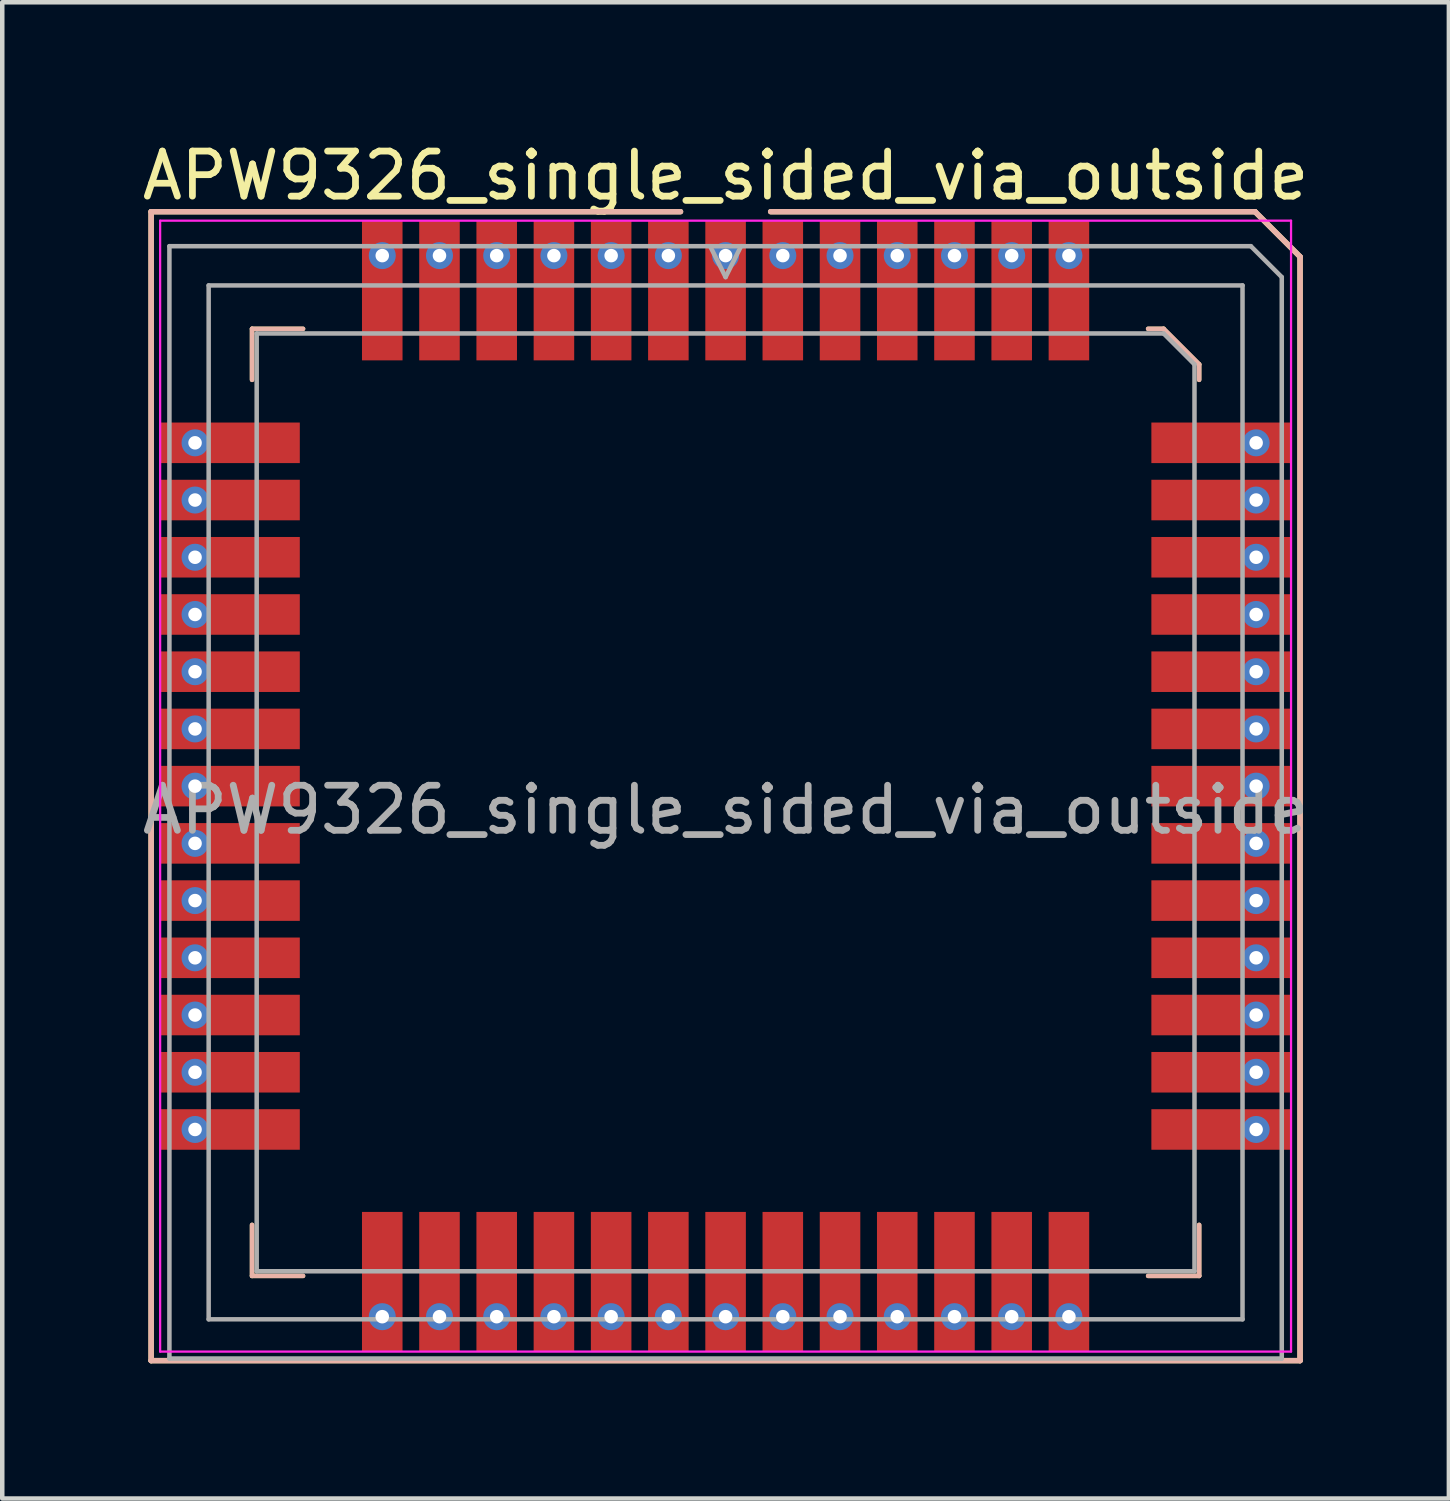
<source format=kicad_pcb>
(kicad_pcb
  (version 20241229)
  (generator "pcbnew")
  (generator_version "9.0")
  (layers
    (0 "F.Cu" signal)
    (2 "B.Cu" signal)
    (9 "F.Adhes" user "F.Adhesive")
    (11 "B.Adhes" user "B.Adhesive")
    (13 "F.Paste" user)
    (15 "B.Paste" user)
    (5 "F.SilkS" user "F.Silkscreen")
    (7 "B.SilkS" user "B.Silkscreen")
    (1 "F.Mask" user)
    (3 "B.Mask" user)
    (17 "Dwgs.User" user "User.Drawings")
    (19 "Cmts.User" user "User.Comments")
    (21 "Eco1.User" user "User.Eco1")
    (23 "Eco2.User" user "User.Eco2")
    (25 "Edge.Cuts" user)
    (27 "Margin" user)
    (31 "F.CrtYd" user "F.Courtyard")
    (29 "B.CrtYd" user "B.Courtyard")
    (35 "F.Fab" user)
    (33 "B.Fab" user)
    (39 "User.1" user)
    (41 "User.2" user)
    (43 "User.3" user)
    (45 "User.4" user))
  (footprint "APW9326_single_sided_via_outside"
    (layer "F.Cu")
    (at 13.054 14.398)
    (property "Reference" "APW9326_single_sided_via_outside" (at 0 -13.55 180) (layer "F.SilkS") (effects (font (size 1 1) (thickness 0.15))))
    (attr smd)
    (fp_line (start -12.75 -12.75) (end -1 -12.75) (stroke (width 0.12) (type solid)) (layer "F.SilkS"))
    (fp_line (start -12.75 12.75) (end -12.75 -12.75) (stroke (width 0.12) (type solid)) (layer "F.SilkS"))
    (fp_line (start -10.51 -10.15) (end -10.51 -9.018) (stroke (width 0.1) (type solid)) (layer "F.SilkS"))
    (fp_line (start -10.51 10.87) (end -10.51 9.738) (stroke (width 0.1) (type solid)) (layer "F.SilkS"))
    (fp_line (start -9.378 -10.15) (end -10.51 -10.15) (stroke (width 0.1) (type solid)) (layer "F.SilkS"))
    (fp_line (start -9.378 10.87) (end -10.51 10.87) (stroke (width 0.1) (type solid)) (layer "F.SilkS"))
    (fp_line (start 1 -12.75) (end 11.75 -12.75) (stroke (width 0.12) (type solid)) (layer "F.SilkS"))
    (fp_line (start 9.378 -10.15) (end 9.721 -10.15) (stroke (width 0.1) (type solid)) (layer "F.SilkS"))
    (fp_line (start 9.378 10.87) (end 10.51 10.87) (stroke (width 0.1) (type solid)) (layer "F.SilkS"))
    (fp_line (start 9.721 -10.15) (end 10.51 -9.361) (stroke (width 0.1) (type solid)) (layer "F.SilkS"))
    (fp_line (start 10.51 -9.361) (end 10.51 -9.018) (stroke (width 0.1) (type solid)) (layer "F.SilkS"))
    (fp_line (start 10.51 10.87) (end 10.51 9.738) (stroke (width 0.1) (type solid)) (layer "F.SilkS"))
    (fp_line (start 11.75 -12.75) (end 12.75 -11.75) (stroke (width 0.12) (type solid)) (layer "F.SilkS"))
    (fp_line (start 12.75 -11.75) (end 12.75 12.75) (stroke (width 0.12) (type solid)) (layer "F.SilkS"))
    (fp_line (start 12.75 12.75) (end -12.75 12.75) (stroke (width 0.12) (type solid)) (layer "F.SilkS"))
    (fp_line (start -12.75 -12.75) (end -1 -12.75) (stroke (width 0.12) (type solid)) (layer "B.SilkS"))
    (fp_line (start -12.75 12.75) (end -12.75 -12.75) (stroke (width 0.12) (type solid)) (layer "B.SilkS"))
    (fp_line (start -10.51 -10.15) (end -10.51 -9.018) (stroke (width 0.1) (type solid)) (layer "B.SilkS"))
    (fp_line (start -10.51 10.87) (end -10.51 9.738) (stroke (width 0.1) (type solid)) (layer "B.SilkS"))
    (fp_line (start -9.378 -10.15) (end -10.51 -10.15) (stroke (width 0.1) (type solid)) (layer "B.SilkS"))
    (fp_line (start -9.378 10.87) (end -10.51 10.87) (stroke (width 0.1) (type solid)) (layer "B.SilkS"))
    (fp_line (start 1 -12.75) (end 11.75 -12.75) (stroke (width 0.12) (type solid)) (layer "B.SilkS"))
    (fp_line (start 9.378 -10.15) (end 9.721 -10.15) (stroke (width 0.1) (type solid)) (layer "B.SilkS"))
    (fp_line (start 9.378 10.87) (end 10.51 10.87) (stroke (width 0.1) (type solid)) (layer "B.SilkS"))
    (fp_line (start 9.721 -10.15) (end 10.51 -9.361) (stroke (width 0.1) (type solid)) (layer "B.SilkS"))
    (fp_line (start 10.51 -9.361) (end 10.51 -9.018) (stroke (width 0.1) (type solid)) (layer "B.SilkS"))
    (fp_line (start 10.51 10.87) (end 10.51 9.738) (stroke (width 0.1) (type solid)) (layer "B.SilkS"))
    (fp_line (start 11.75 -12.75) (end 12.75 -11.75) (stroke (width 0.12) (type solid)) (layer "B.SilkS"))
    (fp_line (start 12.75 -11.75) (end 12.75 12.75) (stroke (width 0.12) (type solid)) (layer "B.SilkS"))
    (fp_line (start 12.75 12.75) (end -12.75 12.75) (stroke (width 0.12) (type solid)) (layer "B.SilkS"))
    (fp_line (start -12.55 -12.55) (end 12.55 -12.55) (stroke (width 0.05) (type solid)) (layer "F.CrtYd"))
    (fp_line (start -12.55 12.55) (end -12.55 -12.55) (stroke (width 0.05) (type solid)) (layer "F.CrtYd"))
    (fp_line (start 12.55 -12.55) (end 12.55 12.55) (stroke (width 0.05) (type solid)) (layer "F.CrtYd"))
    (fp_line (start 12.55 12.55) (end -12.55 12.55) (stroke (width 0.05) (type solid)) (layer "F.CrtYd"))
    (fp_line (start -12.344 -11.984) (end 11.658 -11.984) (stroke (width 0.1) (type solid)) (layer "F.Fab"))
    (fp_line (start -12.344 12.704) (end -12.344 -11.984) (stroke (width 0.1) (type solid)) (layer "F.Fab"))
    (fp_line (start -11.473 -11.113) (end 11.473 -11.113) (stroke (width 0.1) (type solid)) (layer "F.Fab"))
    (fp_line (start -11.473 11.833) (end -11.473 -11.113) (stroke (width 0.1) (type solid)) (layer "F.Fab"))
    (fp_line (start -10.407 -10.047) (end 9.721 -10.047) (stroke (width 0.1) (type solid)) (layer "F.Fab"))
    (fp_line (start -10.407 10.767) (end -10.407 -10.047) (stroke (width 0.1) (type solid)) (layer "F.Fab"))
    (fp_line (start 0 -11.298) (end -0.343 -11.984) (stroke (width 0.1) (type solid)) (layer "F.Fab"))
    (fp_line (start 0.343 -11.984) (end 0 -11.298) (stroke (width 0.1) (type solid)) (layer "F.Fab"))
    (fp_line (start 9.721 -10.047) (end 10.407 -9.361) (stroke (width 0.1) (type solid)) (layer "F.Fab"))
    (fp_line (start 10.407 -9.361) (end 10.407 10.767) (stroke (width 0.1) (type solid)) (layer "F.Fab"))
    (fp_line (start 10.407 10.767) (end -10.407 10.767) (stroke (width 0.1) (type solid)) (layer "F.Fab"))
    (fp_line (start 11.473 -11.113) (end 11.473 11.833) (stroke (width 0.1) (type solid)) (layer "F.Fab"))
    (fp_line (start 11.473 11.833) (end -11.473 11.833) (stroke (width 0.1) (type solid)) (layer "F.Fab"))
    (fp_line (start 11.658 -11.984) (end 12.344 -11.298) (stroke (width 0.1) (type solid)) (layer "F.Fab"))
    (fp_line (start 12.344 -11.298) (end 12.344 12.704) (stroke (width 0.1) (type solid)) (layer "F.Fab"))
    (fp_line (start 12.344 12.704) (end -12.344 12.704) (stroke (width 0.1) (type solid)) (layer "F.Fab"))
    (fp_text user "${REFERENCE}" (at 0 0.525 180) (layer "F.Fab") (effects (font (size 1 1) (thickness 0.15))))
    (pad "" thru_hole circle (at -11.775 -7.62) (size 0.6 0.6) (drill 0.3) (layers "*.Cu" "*.Mask"))
    (pad "" thru_hole circle (at -11.775 -6.35) (size 0.6 0.6) (drill 0.3) (layers "*.Cu" "*.Mask"))
    (pad "" thru_hole circle (at -11.775 -5.08) (size 0.6 0.6) (drill 0.3) (layers "*.Cu" "*.Mask"))
    (pad "" thru_hole circle (at -11.775 -3.81) (size 0.6 0.6) (drill 0.3) (layers "*.Cu" "*.Mask"))
    (pad "" thru_hole circle (at -11.775 -2.54) (size 0.6 0.6) (drill 0.3) (layers "*.Cu" "*.Mask"))
    (pad "" thru_hole circle (at -11.775 -1.27) (size 0.6 0.6) (drill 0.3) (layers "*.Cu" "*.Mask"))
    (pad "" thru_hole circle (at -11.775 0) (size 0.6 0.6) (drill 0.3) (layers "*.Cu" "*.Mask"))
    (pad "" thru_hole circle (at -11.775 1.27) (size 0.6 0.6) (drill 0.3) (layers "*.Cu" "*.Mask"))
    (pad "" thru_hole circle (at -11.775 2.54) (size 0.6 0.6) (drill 0.3) (layers "*.Cu" "*.Mask"))
    (pad "" thru_hole circle (at -11.775 3.81) (size 0.6 0.6) (drill 0.3) (layers "*.Cu" "*.Mask"))
    (pad "" thru_hole circle (at -11.775 5.08) (size 0.6 0.6) (drill 0.3) (layers "*.Cu" "*.Mask"))
    (pad "" thru_hole circle (at -11.775 6.35) (size 0.6 0.6) (drill 0.3) (layers "*.Cu" "*.Mask"))
    (pad "" thru_hole circle (at -11.775 7.62) (size 0.6 0.6) (drill 0.3) (layers "*.Cu" "*.Mask"))
    (pad "" thru_hole circle (at -7.62 -11.775) (size 0.6 0.6) (drill 0.3) (layers "*.Cu" "*.Mask"))
    (pad "" thru_hole circle (at -7.62 11.775) (size 0.6 0.6) (drill 0.3) (layers "*.Cu" "*.Mask"))
    (pad "" thru_hole circle (at -6.35 -11.775) (size 0.6 0.6) (drill 0.3) (layers "*.Cu" "*.Mask"))
    (pad "" thru_hole circle (at -6.35 11.775) (size 0.6 0.6) (drill 0.3) (layers "*.Cu" "*.Mask"))
    (pad "" thru_hole circle (at -5.08 -11.775) (size 0.6 0.6) (drill 0.3) (layers "*.Cu" "*.Mask"))
    (pad "" thru_hole circle (at -5.08 11.775) (size 0.6 0.6) (drill 0.3) (layers "*.Cu" "*.Mask"))
    (pad "" thru_hole circle (at -3.81 -11.775) (size 0.6 0.6) (drill 0.3) (layers "*.Cu" "*.Mask"))
    (pad "" thru_hole circle (at -3.81 11.775) (size 0.6 0.6) (drill 0.3) (layers "*.Cu" "*.Mask"))
    (pad "" thru_hole circle (at -2.54 -11.775) (size 0.6 0.6) (drill 0.3) (layers "*.Cu" "*.Mask"))
    (pad "" thru_hole circle (at -2.54 11.775) (size 0.6 0.6) (drill 0.3) (layers "*.Cu" "*.Mask"))
    (pad "" thru_hole circle (at -1.27 -11.775) (size 0.6 0.6) (drill 0.3) (layers "*.Cu" "*.Mask"))
    (pad "" thru_hole circle (at -1.27 11.775) (size 0.6 0.6) (drill 0.3) (layers "*.Cu" "*.Mask"))
    (pad "" thru_hole circle (at 0 -11.775) (size 0.6 0.6) (drill 0.3) (layers "*.Cu" "*.Mask"))
    (pad "" thru_hole circle (at 0 11.775) (size 0.6 0.6) (drill 0.3) (layers "*.Cu" "*.Mask"))
    (pad "" thru_hole circle (at 1.27 -11.775) (size 0.6 0.6) (drill 0.3) (layers "*.Cu" "*.Mask"))
    (pad "" thru_hole circle (at 1.27 11.775) (size 0.6 0.6) (drill 0.3) (layers "*.Cu" "*.Mask"))
    (pad "" thru_hole circle (at 2.54 -11.775) (size 0.6 0.6) (drill 0.3) (layers "*.Cu" "*.Mask"))
    (pad "" thru_hole circle (at 2.54 11.775) (size 0.6 0.6) (drill 0.3) (layers "*.Cu" "*.Mask"))
    (pad "" thru_hole circle (at 3.81 -11.775) (size 0.6 0.6) (drill 0.3) (layers "*.Cu" "*.Mask"))
    (pad "" thru_hole circle (at 3.81 11.775) (size 0.6 0.6) (drill 0.3) (layers "*.Cu" "*.Mask"))
    (pad "" thru_hole circle (at 5.08 -11.775) (size 0.6 0.6) (drill 0.3) (layers "*.Cu" "*.Mask"))
    (pad "" thru_hole circle (at 5.08 11.775) (size 0.6 0.6) (drill 0.3) (layers "*.Cu" "*.Mask"))
    (pad "" thru_hole circle (at 6.35 -11.775) (size 0.6 0.6) (drill 0.3) (layers "*.Cu" "*.Mask"))
    (pad "" thru_hole circle (at 6.35 11.775) (size 0.6 0.6) (drill 0.3) (layers "*.Cu" "*.Mask"))
    (pad "" thru_hole circle (at 7.62 -11.775) (size 0.6 0.6) (drill 0.3) (layers "*.Cu" "*.Mask"))
    (pad "" thru_hole circle (at 7.62 11.775) (size 0.6 0.6) (drill 0.3) (layers "*.Cu" "*.Mask"))
    (pad "" thru_hole circle (at 11.775 -7.62) (size 0.6 0.6) (drill 0.3) (layers "*.Cu" "*.Mask"))
    (pad "" thru_hole circle (at 11.775 -6.35) (size 0.6 0.6) (drill 0.3) (layers "*.Cu" "*.Mask"))
    (pad "" thru_hole circle (at 11.775 -5.08) (size 0.6 0.6) (drill 0.3) (layers "*.Cu" "*.Mask"))
    (pad "" thru_hole circle (at 11.775 -3.81) (size 0.6 0.6) (drill 0.3) (layers "*.Cu" "*.Mask"))
    (pad "" thru_hole circle (at 11.775 -2.54) (size 0.6 0.6) (drill 0.3) (layers "*.Cu" "*.Mask"))
    (pad "" thru_hole circle (at 11.775 -1.27) (size 0.6 0.6) (drill 0.3) (layers "*.Cu" "*.Mask"))
    (pad "" thru_hole circle (at 11.775 0) (size 0.6 0.6) (drill 0.3) (layers "*.Cu" "*.Mask"))
    (pad "" thru_hole circle (at 11.775 1.27) (size 0.6 0.6) (drill 0.3) (layers "*.Cu" "*.Mask"))
    (pad "" thru_hole circle (at 11.775 2.54) (size 0.6 0.6) (drill 0.3) (layers "*.Cu" "*.Mask"))
    (pad "" thru_hole circle (at 11.775 3.81) (size 0.6 0.6) (drill 0.3) (layers "*.Cu" "*.Mask"))
    (pad "" thru_hole circle (at 11.775 5.08) (size 0.6 0.6) (drill 0.3) (layers "*.Cu" "*.Mask"))
    (pad "" thru_hole circle (at 11.775 6.35) (size 0.6 0.6) (drill 0.3) (layers "*.Cu" "*.Mask"))
    (pad "" thru_hole circle (at 11.775 7.62) (size 0.6 0.6) (drill 0.3) (layers "*.Cu" "*.Mask"))
    (pad "1" smd rect (at 0 -11) (size 0.9 3.1) (layers "F.Cu" "F.Mask" "F.Paste"))
    (pad "2" smd rect (at 1.27 -11) (size 0.9 3.1) (layers "F.Cu" "F.Mask" "F.Paste"))
    (pad "3" smd rect (at 2.54 -11) (size 0.9 3.1) (layers "F.Cu" "F.Mask" "F.Paste"))
    (pad "4" smd rect (at 3.81 -11) (size 0.9 3.1) (layers "F.Cu" "F.Mask" "F.Paste"))
    (pad "5" smd rect (at 5.08 -11) (size 0.9 3.1) (layers "F.Cu" "F.Mask" "F.Paste"))
    (pad "6" smd rect (at 6.35 -11) (size 0.9 3.1) (layers "F.Cu" "F.Mask" "F.Paste"))
    (pad "7" smd rect (at 7.62 -11) (size 0.9 3.1) (layers "F.Cu" "F.Mask" "F.Paste"))
    (pad "8" smd rect (at 11 -7.62) (size 3.1 0.9) (layers "F.Cu" "F.Mask" "F.Paste"))
    (pad "9" smd rect (at 11 -6.35) (size 3.1 0.9) (layers "F.Cu" "F.Mask" "F.Paste"))
    (pad "10" smd rect (at 11 -5.08) (size 3.1 0.9) (layers "F.Cu" "F.Mask" "F.Paste"))
    (pad "11" smd rect (at 11 -3.81) (size 3.1 0.9) (layers "F.Cu" "F.Mask" "F.Paste"))
    (pad "12" smd rect (at 11 -2.54) (size 3.1 0.9) (layers "F.Cu" "F.Mask" "F.Paste"))
    (pad "13" smd rect (at 11 -1.27) (size 3.1 0.9) (layers "F.Cu" "F.Mask" "F.Paste"))
    (pad "14" smd rect (at 11 0) (size 3.1 0.9) (layers "F.Cu" "F.Mask" "F.Paste"))
    (pad "15" smd rect (at 11 1.27) (size 3.1 0.9) (layers "F.Cu" "F.Mask" "F.Paste"))
    (pad "16" smd rect (at 11 2.54) (size 3.1 0.9) (layers "F.Cu" "F.Mask" "F.Paste"))
    (pad "17" smd rect (at 11 3.81) (size 3.1 0.9) (layers "F.Cu" "F.Mask" "F.Paste"))
    (pad "18" smd rect (at 11 5.08) (size 3.1 0.9) (layers "F.Cu" "F.Mask" "F.Paste"))
    (pad "19" smd rect (at 11 6.35) (size 3.1 0.9) (layers "F.Cu" "F.Mask" "F.Paste"))
    (pad "20" smd rect (at 11 7.62) (size 3.1 0.9) (layers "F.Cu" "F.Mask" "F.Paste"))
    (pad "21" smd rect (at 7.62 11) (size 0.9 3.1) (layers "F.Cu" "F.Mask" "F.Paste"))
    (pad "22" smd rect (at 6.35 11) (size 0.9 3.1) (layers "F.Cu" "F.Mask" "F.Paste"))
    (pad "23" smd rect (at 5.08 11) (size 0.9 3.1) (layers "F.Cu" "F.Mask" "F.Paste"))
    (pad "24" smd rect (at 3.81 11) (size 0.9 3.1) (layers "F.Cu" "F.Mask" "F.Paste"))
    (pad "25" smd rect (at 2.54 11) (size 0.9 3.1) (layers "F.Cu" "F.Mask" "F.Paste"))
    (pad "26" smd rect (at 1.27 11) (size 0.9 3.1) (layers "F.Cu" "F.Mask" "F.Paste"))
    (pad "27" smd rect (at 0 11) (size 0.9 3.1) (layers "F.Cu" "F.Mask" "F.Paste"))
    (pad "28" smd rect (at -1.27 11) (size 0.9 3.1) (layers "F.Cu" "F.Mask" "F.Paste"))
    (pad "29" smd rect (at -2.54 11) (size 0.9 3.1) (layers "F.Cu" "F.Mask" "F.Paste"))
    (pad "30" smd rect (at -3.81 11) (size 0.9 3.1) (layers "F.Cu" "F.Mask" "F.Paste"))
    (pad "31" smd rect (at -5.08 11) (size 0.9 3.1) (layers "F.Cu" "F.Mask" "F.Paste"))
    (pad "32" smd rect (at -6.35 11) (size 0.9 3.1) (layers "F.Cu" "F.Mask" "F.Paste"))
    (pad "33" smd rect (at -7.62 11) (size 0.9 3.1) (layers "F.Cu" "F.Mask" "F.Paste"))
    (pad "34" smd rect (at -11 7.62) (size 3.1 0.9) (layers "F.Cu" "F.Mask" "F.Paste"))
    (pad "35" smd rect (at -11 6.35) (size 3.1 0.9) (layers "F.Cu" "F.Mask" "F.Paste"))
    (pad "36" smd rect (at -11 5.08) (size 3.1 0.9) (layers "F.Cu" "F.Mask" "F.Paste"))
    (pad "37" smd rect (at -11 3.81) (size 3.1 0.9) (layers "F.Cu" "F.Mask" "F.Paste"))
    (pad "38" smd rect (at -11 2.54) (size 3.1 0.9) (layers "F.Cu" "F.Mask" "F.Paste"))
    (pad "39" smd rect (at -11 1.27) (size 3.1 0.9) (layers "F.Cu" "F.Mask" "F.Paste"))
    (pad "40" smd rect (at -11 0) (size 3.1 0.9) (layers "F.Cu" "F.Mask" "F.Paste"))
    (pad "41" smd rect (at -11 -1.27) (size 3.1 0.9) (layers "F.Cu" "F.Mask" "F.Paste"))
    (pad "42" smd rect (at -11 -2.54) (size 3.1 0.9) (layers "F.Cu" "F.Mask" "F.Paste"))
    (pad "43" smd rect (at -11 -3.81) (size 3.1 0.9) (layers "F.Cu" "F.Mask" "F.Paste"))
    (pad "44" smd rect (at -11 -5.08) (size 3.1 0.9) (layers "F.Cu" "F.Mask" "F.Paste"))
    (pad "45" smd rect (at -11 -6.35) (size 3.1 0.9) (layers "F.Cu" "F.Mask" "F.Paste"))
    (pad "46" smd rect (at -11 -7.62) (size 3.1 0.9) (layers "F.Cu" "F.Mask" "F.Paste"))
    (pad "47" smd rect (at -7.62 -11) (size 0.9 3.1) (layers "F.Cu" "F.Mask" "F.Paste"))
    (pad "48" smd rect (at -6.35 -11) (size 0.9 3.1) (layers "F.Cu" "F.Mask" "F.Paste"))
    (pad "49" smd rect (at -5.08 -11) (size 0.9 3.1) (layers "F.Cu" "F.Mask" "F.Paste"))
    (pad "50" smd rect (at -3.81 -11) (size 0.9 3.1) (layers "F.Cu" "F.Mask" "F.Paste"))
    (pad "51" smd rect (at -2.54 -11) (size 0.9 3.1) (layers "F.Cu" "F.Mask" "F.Paste"))
    (pad "52" smd rect (at -1.27 -11) (size 0.9 3.1) (layers "F.Cu" "F.Mask" "F.Paste")))
  (gr_rect
    (start -3 -3)
    (end 29.107 30.208)
    (stroke (width 0.1) (type default))
    (fill no)
    (layer "Edge.Cuts")))
</source>
